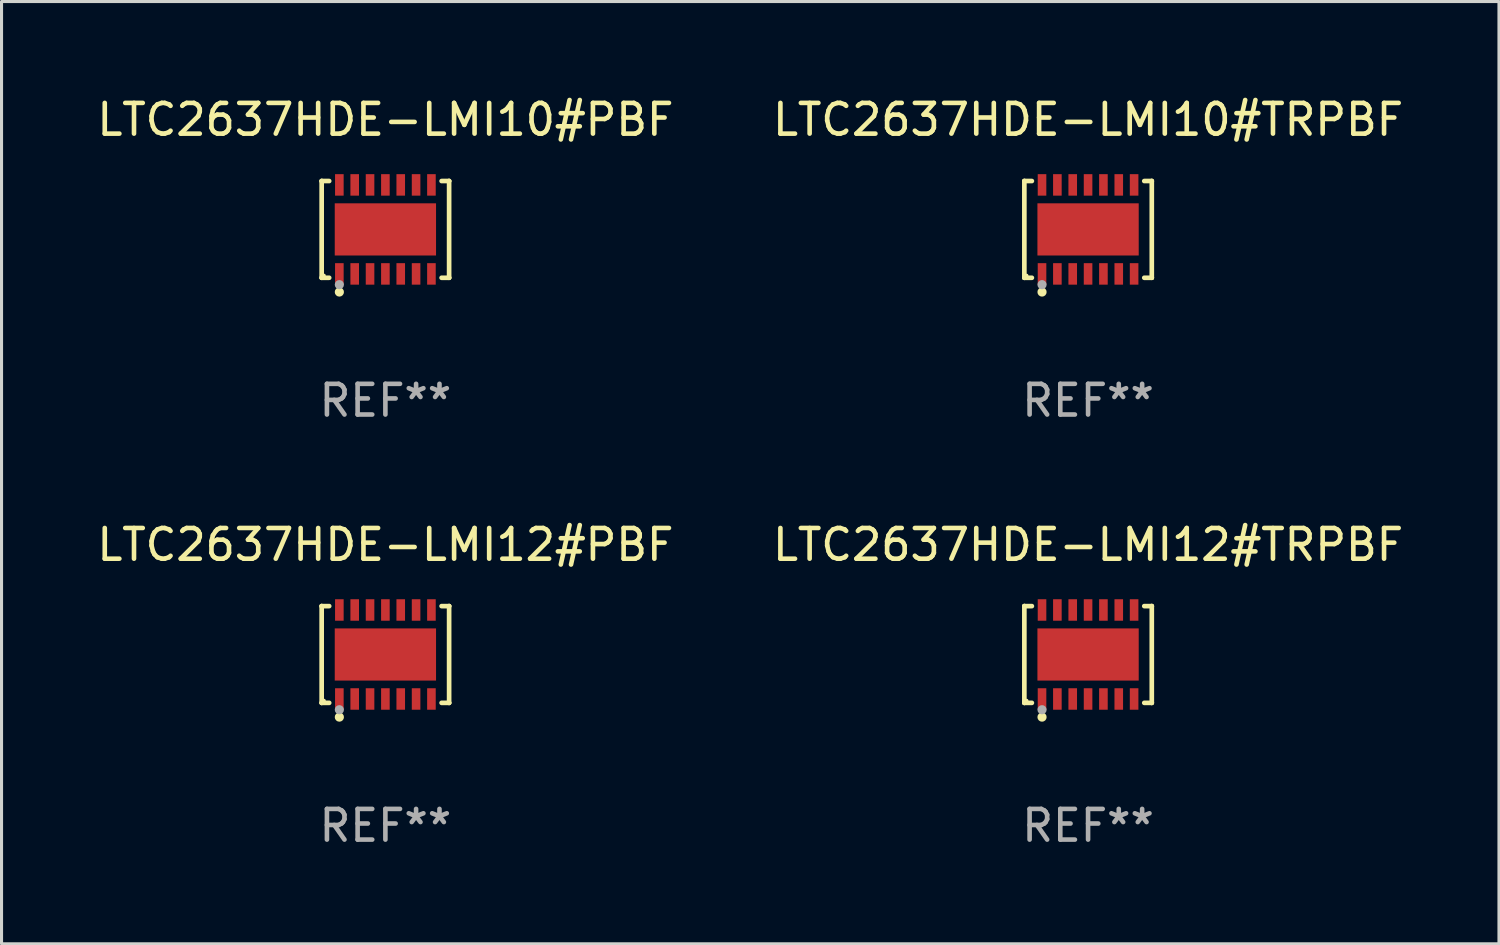
<source format=kicad_pcb>
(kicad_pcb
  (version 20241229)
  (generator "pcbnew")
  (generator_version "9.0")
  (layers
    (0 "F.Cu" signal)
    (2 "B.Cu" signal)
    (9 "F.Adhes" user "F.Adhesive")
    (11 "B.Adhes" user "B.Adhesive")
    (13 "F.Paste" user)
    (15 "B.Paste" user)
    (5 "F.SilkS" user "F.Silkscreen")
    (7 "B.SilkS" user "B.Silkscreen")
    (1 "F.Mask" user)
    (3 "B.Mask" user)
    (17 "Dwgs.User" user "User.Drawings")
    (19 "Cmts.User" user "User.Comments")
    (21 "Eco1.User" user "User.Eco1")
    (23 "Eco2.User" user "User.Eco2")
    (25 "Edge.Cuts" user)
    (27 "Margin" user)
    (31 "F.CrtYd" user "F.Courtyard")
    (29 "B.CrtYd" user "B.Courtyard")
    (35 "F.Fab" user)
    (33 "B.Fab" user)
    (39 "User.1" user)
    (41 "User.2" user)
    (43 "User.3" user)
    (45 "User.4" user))
  (footprint "LTC2637HDE-LMI10#PBF"
    (layer "F.Cu")
    (at 9.506 4.424)
    (property "Reference" "LTC2637HDE-LMI10#PBF" (at 0 -3.576 0) (layer "F.SilkS") (effects (font (size 1 1) (thickness 0.15))))
    (attr through_hole)
    (fp_line (start -2.076 -1.576) (end -2.076 -1.576) (stroke (width 0.152) (type solid)) (layer "F.SilkS"))
    (fp_line (start -2.076 -1.576) (end -1.831 -1.576) (stroke (width 0.152) (type solid)) (layer "F.SilkS"))
    (fp_line (start -2.076 1.576) (end -2.076 -1.576) (stroke (width 0.152) (type solid)) (layer "F.SilkS"))
    (fp_line (start -2.076 1.576) (end -2.076 1.576) (stroke (width 0.152) (type solid)) (layer "F.SilkS"))
    (fp_line (start -1.831 1.576) (end -2.076 1.576) (stroke (width 0.152) (type solid)) (layer "F.SilkS"))
    (fp_line (start 1.831 1.576) (end 2.076 1.576) (stroke (width 0.152) (type solid)) (layer "F.SilkS"))
    (fp_line (start 2.076 -1.576) (end 1.831 -1.576) (stroke (width 0.152) (type solid)) (layer "F.SilkS"))
    (fp_line (start 2.076 -1.576) (end 2.076 -1.576) (stroke (width 0.152) (type solid)) (layer "F.SilkS"))
    (fp_line (start 2.076 1.576) (end 2.076 -1.576) (stroke (width 0.152) (type solid)) (layer "F.SilkS"))
    (fp_line (start 2.076 1.576) (end 2.076 1.576) (stroke (width 0.152) (type solid)) (layer "F.SilkS"))
    (fp_circle (center -2 1.5) (end -1.97 1.5) (stroke (width 0.06) (type solid)) (fill no) (layer "F.SilkS"))
    (fp_circle (center -1.5 2.04) (end -1.425 2.04) (stroke (width 0.15) (type solid)) (fill no) (layer "F.SilkS"))
    (fp_circle (center -1.5 1.8) (end -1.425 1.8) (stroke (width 0.15) (type solid)) (fill no) (layer "F.Fab"))
    (fp_text user "REF**" (at 0 5.576 0) (layer "F.Fab") (effects (font (size 1 1) (thickness 0.15))))
    (pad "1" smd rect (at -1.5 1.45) (size 0.28 0.7) (layers "F.Cu" "F.Mask" "F.Paste"))
    (pad "2" smd rect (at -1 1.45) (size 0.28 0.7) (layers "F.Cu" "F.Mask" "F.Paste"))
    (pad "3" smd rect (at -0.5 1.45) (size 0.28 0.7) (layers "F.Cu" "F.Mask" "F.Paste"))
    (pad "4" smd rect (at 0 1.45) (size 0.28 0.7) (layers "F.Cu" "F.Mask" "F.Paste"))
    (pad "5" smd rect (at 0.5 1.45) (size 0.28 0.7) (layers "F.Cu" "F.Mask" "F.Paste"))
    (pad "6" smd rect (at 1 1.45) (size 0.28 0.7) (layers "F.Cu" "F.Mask" "F.Paste"))
    (pad "7" smd rect (at 1.5 1.45) (size 0.28 0.7) (layers "F.Cu" "F.Mask" "F.Paste"))
    (pad "8" smd rect (at 1.5 -1.45) (size 0.28 0.7) (layers "F.Cu" "F.Mask" "F.Paste"))
    (pad "9" smd rect (at 1 -1.45) (size 0.28 0.7) (layers "F.Cu" "F.Mask" "F.Paste"))
    (pad "10" smd rect (at 0.5 -1.45) (size 0.28 0.7) (layers "F.Cu" "F.Mask" "F.Paste"))
    (pad "11" smd rect (at 0 -1.45) (size 0.28 0.7) (layers "F.Cu" "F.Mask" "F.Paste"))
    (pad "12" smd rect (at -0.5 -1.45) (size 0.28 0.7) (layers "F.Cu" "F.Mask" "F.Paste"))
    (pad "13" smd rect (at -1 -1.45) (size 0.28 0.7) (layers "F.Cu" "F.Mask" "F.Paste"))
    (pad "14" smd rect (at -1.5 -1.45) (size 0.28 0.7) (layers "F.Cu" "F.Mask" "F.Paste"))
    (pad "15" smd rect (at 0 0) (size 3.3 1.7) (layers "F.Cu" "F.Mask" "F.Paste")))
  (footprint "LTC2637HDE-LMI10#TRPBF"
    (layer "F.Cu")
    (at 32.399 4.424)
    (property "Reference" "LTC2637HDE-LMI10#TRPBF" (at 0 -3.576 0) (layer "F.SilkS") (effects (font (size 1 1) (thickness 0.15))))
    (attr through_hole)
    (fp_line (start -2.076 -1.576) (end -2.076 -1.576) (stroke (width 0.152) (type solid)) (layer "F.SilkS"))
    (fp_line (start -2.076 -1.576) (end -1.831 -1.576) (stroke (width 0.152) (type solid)) (layer "F.SilkS"))
    (fp_line (start -2.076 1.576) (end -2.076 -1.576) (stroke (width 0.152) (type solid)) (layer "F.SilkS"))
    (fp_line (start -2.076 1.576) (end -2.076 1.576) (stroke (width 0.152) (type solid)) (layer "F.SilkS"))
    (fp_line (start -1.831 1.576) (end -2.076 1.576) (stroke (width 0.152) (type solid)) (layer "F.SilkS"))
    (fp_line (start 1.831 1.576) (end 2.076 1.576) (stroke (width 0.152) (type solid)) (layer "F.SilkS"))
    (fp_line (start 2.076 -1.576) (end 1.831 -1.576) (stroke (width 0.152) (type solid)) (layer "F.SilkS"))
    (fp_line (start 2.076 -1.576) (end 2.076 -1.576) (stroke (width 0.152) (type solid)) (layer "F.SilkS"))
    (fp_line (start 2.076 1.576) (end 2.076 -1.576) (stroke (width 0.152) (type solid)) (layer "F.SilkS"))
    (fp_line (start 2.076 1.576) (end 2.076 1.576) (stroke (width 0.152) (type solid)) (layer "F.SilkS"))
    (fp_circle (center -2 1.5) (end -1.97 1.5) (stroke (width 0.06) (type solid)) (fill no) (layer "F.SilkS"))
    (fp_circle (center -1.5 2.04) (end -1.425 2.04) (stroke (width 0.15) (type solid)) (fill no) (layer "F.SilkS"))
    (fp_circle (center -1.5 1.8) (end -1.425 1.8) (stroke (width 0.15) (type solid)) (fill no) (layer "F.Fab"))
    (fp_text user "REF**" (at 0 5.576 0) (layer "F.Fab") (effects (font (size 1 1) (thickness 0.15))))
    (pad "1" smd rect (at -1.5 1.45) (size 0.28 0.7) (layers "F.Cu" "F.Mask" "F.Paste"))
    (pad "2" smd rect (at -1 1.45) (size 0.28 0.7) (layers "F.Cu" "F.Mask" "F.Paste"))
    (pad "3" smd rect (at -0.5 1.45) (size 0.28 0.7) (layers "F.Cu" "F.Mask" "F.Paste"))
    (pad "4" smd rect (at 0 1.45) (size 0.28 0.7) (layers "F.Cu" "F.Mask" "F.Paste"))
    (pad "5" smd rect (at 0.5 1.45) (size 0.28 0.7) (layers "F.Cu" "F.Mask" "F.Paste"))
    (pad "6" smd rect (at 1 1.45) (size 0.28 0.7) (layers "F.Cu" "F.Mask" "F.Paste"))
    (pad "7" smd rect (at 1.5 1.45) (size 0.28 0.7) (layers "F.Cu" "F.Mask" "F.Paste"))
    (pad "8" smd rect (at 1.5 -1.45) (size 0.28 0.7) (layers "F.Cu" "F.Mask" "F.Paste"))
    (pad "9" smd rect (at 1 -1.45) (size 0.28 0.7) (layers "F.Cu" "F.Mask" "F.Paste"))
    (pad "10" smd rect (at 0.5 -1.45) (size 0.28 0.7) (layers "F.Cu" "F.Mask" "F.Paste"))
    (pad "11" smd rect (at 0 -1.45) (size 0.28 0.7) (layers "F.Cu" "F.Mask" "F.Paste"))
    (pad "12" smd rect (at -0.5 -1.45) (size 0.28 0.7) (layers "F.Cu" "F.Mask" "F.Paste"))
    (pad "13" smd rect (at -1 -1.45) (size 0.28 0.7) (layers "F.Cu" "F.Mask" "F.Paste"))
    (pad "14" smd rect (at -1.5 -1.45) (size 0.28 0.7) (layers "F.Cu" "F.Mask" "F.Paste"))
    (pad "15" smd rect (at 0 0) (size 3.3 1.7) (layers "F.Cu" "F.Mask" "F.Paste")))
  (footprint "LTC2637HDE-LMI12#TRPBF"
    (layer "F.Cu")
    (at 32.399 18.273)
    (property "Reference" "LTC2637HDE-LMI12#TRPBF" (at 0 -3.576 0) (layer "F.SilkS") (effects (font (size 1 1) (thickness 0.15))))
    (attr through_hole)
    (fp_line (start -2.076 -1.576) (end -2.076 -1.576) (stroke (width 0.152) (type solid)) (layer "F.SilkS"))
    (fp_line (start -2.076 -1.576) (end -1.831 -1.576) (stroke (width 0.152) (type solid)) (layer "F.SilkS"))
    (fp_line (start -2.076 1.576) (end -2.076 -1.576) (stroke (width 0.152) (type solid)) (layer "F.SilkS"))
    (fp_line (start -2.076 1.576) (end -2.076 1.576) (stroke (width 0.152) (type solid)) (layer "F.SilkS"))
    (fp_line (start -1.831 1.576) (end -2.076 1.576) (stroke (width 0.152) (type solid)) (layer "F.SilkS"))
    (fp_line (start 1.831 1.576) (end 2.076 1.576) (stroke (width 0.152) (type solid)) (layer "F.SilkS"))
    (fp_line (start 2.076 -1.576) (end 1.831 -1.576) (stroke (width 0.152) (type solid)) (layer "F.SilkS"))
    (fp_line (start 2.076 -1.576) (end 2.076 -1.576) (stroke (width 0.152) (type solid)) (layer "F.SilkS"))
    (fp_line (start 2.076 1.576) (end 2.076 -1.576) (stroke (width 0.152) (type solid)) (layer "F.SilkS"))
    (fp_line (start 2.076 1.576) (end 2.076 1.576) (stroke (width 0.152) (type solid)) (layer "F.SilkS"))
    (fp_circle (center -2 1.5) (end -1.97 1.5) (stroke (width 0.06) (type solid)) (fill no) (layer "F.SilkS"))
    (fp_circle (center -1.5 2.04) (end -1.425 2.04) (stroke (width 0.15) (type solid)) (fill no) (layer "F.SilkS"))
    (fp_circle (center -1.5 1.8) (end -1.425 1.8) (stroke (width 0.15) (type solid)) (fill no) (layer "F.Fab"))
    (fp_text user "REF**" (at 0 5.576 0) (layer "F.Fab") (effects (font (size 1 1) (thickness 0.15))))
    (pad "1" smd rect (at -1.5 1.45) (size 0.28 0.7) (layers "F.Cu" "F.Mask" "F.Paste"))
    (pad "2" smd rect (at -1 1.45) (size 0.28 0.7) (layers "F.Cu" "F.Mask" "F.Paste"))
    (pad "3" smd rect (at -0.5 1.45) (size 0.28 0.7) (layers "F.Cu" "F.Mask" "F.Paste"))
    (pad "4" smd rect (at 0 1.45) (size 0.28 0.7) (layers "F.Cu" "F.Mask" "F.Paste"))
    (pad "5" smd rect (at 0.5 1.45) (size 0.28 0.7) (layers "F.Cu" "F.Mask" "F.Paste"))
    (pad "6" smd rect (at 1 1.45) (size 0.28 0.7) (layers "F.Cu" "F.Mask" "F.Paste"))
    (pad "7" smd rect (at 1.5 1.45) (size 0.28 0.7) (layers "F.Cu" "F.Mask" "F.Paste"))
    (pad "8" smd rect (at 1.5 -1.45) (size 0.28 0.7) (layers "F.Cu" "F.Mask" "F.Paste"))
    (pad "9" smd rect (at 1 -1.45) (size 0.28 0.7) (layers "F.Cu" "F.Mask" "F.Paste"))
    (pad "10" smd rect (at 0.5 -1.45) (size 0.28 0.7) (layers "F.Cu" "F.Mask" "F.Paste"))
    (pad "11" smd rect (at 0 -1.45) (size 0.28 0.7) (layers "F.Cu" "F.Mask" "F.Paste"))
    (pad "12" smd rect (at -0.5 -1.45) (size 0.28 0.7) (layers "F.Cu" "F.Mask" "F.Paste"))
    (pad "13" smd rect (at -1 -1.45) (size 0.28 0.7) (layers "F.Cu" "F.Mask" "F.Paste"))
    (pad "14" smd rect (at -1.5 -1.45) (size 0.28 0.7) (layers "F.Cu" "F.Mask" "F.Paste"))
    (pad "15" smd rect (at 0 0) (size 3.3 1.7) (layers "F.Cu" "F.Mask" "F.Paste")))
  (footprint "LTC2637HDE-LMI12#PBF"
    (layer "F.Cu")
    (at 9.506 18.273)
    (property "Reference" "LTC2637HDE-LMI12#PBF" (at 0 -3.576 0) (layer "F.SilkS") (effects (font (size 1 1) (thickness 0.15))))
    (attr through_hole)
    (fp_line (start -2.076 -1.576) (end -2.076 -1.576) (stroke (width 0.152) (type solid)) (layer "F.SilkS"))
    (fp_line (start -2.076 -1.576) (end -1.831 -1.576) (stroke (width 0.152) (type solid)) (layer "F.SilkS"))
    (fp_line (start -2.076 1.576) (end -2.076 -1.576) (stroke (width 0.152) (type solid)) (layer "F.SilkS"))
    (fp_line (start -2.076 1.576) (end -2.076 1.576) (stroke (width 0.152) (type solid)) (layer "F.SilkS"))
    (fp_line (start -1.831 1.576) (end -2.076 1.576) (stroke (width 0.152) (type solid)) (layer "F.SilkS"))
    (fp_line (start 1.831 1.576) (end 2.076 1.576) (stroke (width 0.152) (type solid)) (layer "F.SilkS"))
    (fp_line (start 2.076 -1.576) (end 1.831 -1.576) (stroke (width 0.152) (type solid)) (layer "F.SilkS"))
    (fp_line (start 2.076 -1.576) (end 2.076 -1.576) (stroke (width 0.152) (type solid)) (layer "F.SilkS"))
    (fp_line (start 2.076 1.576) (end 2.076 -1.576) (stroke (width 0.152) (type solid)) (layer "F.SilkS"))
    (fp_line (start 2.076 1.576) (end 2.076 1.576) (stroke (width 0.152) (type solid)) (layer "F.SilkS"))
    (fp_circle (center -2 1.5) (end -1.97 1.5) (stroke (width 0.06) (type solid)) (fill no) (layer "F.SilkS"))
    (fp_circle (center -1.5 2.04) (end -1.425 2.04) (stroke (width 0.15) (type solid)) (fill no) (layer "F.SilkS"))
    (fp_circle (center -1.5 1.8) (end -1.425 1.8) (stroke (width 0.15) (type solid)) (fill no) (layer "F.Fab"))
    (fp_text user "REF**" (at 0 5.576 0) (layer "F.Fab") (effects (font (size 1 1) (thickness 0.15))))
    (pad "1" smd rect (at -1.5 1.45) (size 0.28 0.7) (layers "F.Cu" "F.Mask" "F.Paste"))
    (pad "2" smd rect (at -1 1.45) (size 0.28 0.7) (layers "F.Cu" "F.Mask" "F.Paste"))
    (pad "3" smd rect (at -0.5 1.45) (size 0.28 0.7) (layers "F.Cu" "F.Mask" "F.Paste"))
    (pad "4" smd rect (at 0 1.45) (size 0.28 0.7) (layers "F.Cu" "F.Mask" "F.Paste"))
    (pad "5" smd rect (at 0.5 1.45) (size 0.28 0.7) (layers "F.Cu" "F.Mask" "F.Paste"))
    (pad "6" smd rect (at 1 1.45) (size 0.28 0.7) (layers "F.Cu" "F.Mask" "F.Paste"))
    (pad "7" smd rect (at 1.5 1.45) (size 0.28 0.7) (layers "F.Cu" "F.Mask" "F.Paste"))
    (pad "8" smd rect (at 1.5 -1.45) (size 0.28 0.7) (layers "F.Cu" "F.Mask" "F.Paste"))
    (pad "9" smd rect (at 1 -1.45) (size 0.28 0.7) (layers "F.Cu" "F.Mask" "F.Paste"))
    (pad "10" smd rect (at 0.5 -1.45) (size 0.28 0.7) (layers "F.Cu" "F.Mask" "F.Paste"))
    (pad "11" smd rect (at 0 -1.45) (size 0.28 0.7) (layers "F.Cu" "F.Mask" "F.Paste"))
    (pad "12" smd rect (at -0.5 -1.45) (size 0.28 0.7) (layers "F.Cu" "F.Mask" "F.Paste"))
    (pad "13" smd rect (at -1 -1.45) (size 0.28 0.7) (layers "F.Cu" "F.Mask" "F.Paste"))
    (pad "14" smd rect (at -1.5 -1.45) (size 0.28 0.7) (layers "F.Cu" "F.Mask" "F.Paste"))
    (pad "15" smd rect (at 0 0) (size 3.3 1.7) (layers "F.Cu" "F.Mask" "F.Paste")))
  (gr_rect
    (start -3 -3)
    (end 45.786 27.698)
    (stroke (width 0.1) (type default))
    (fill no)
    (layer "Edge.Cuts")))
</source>
